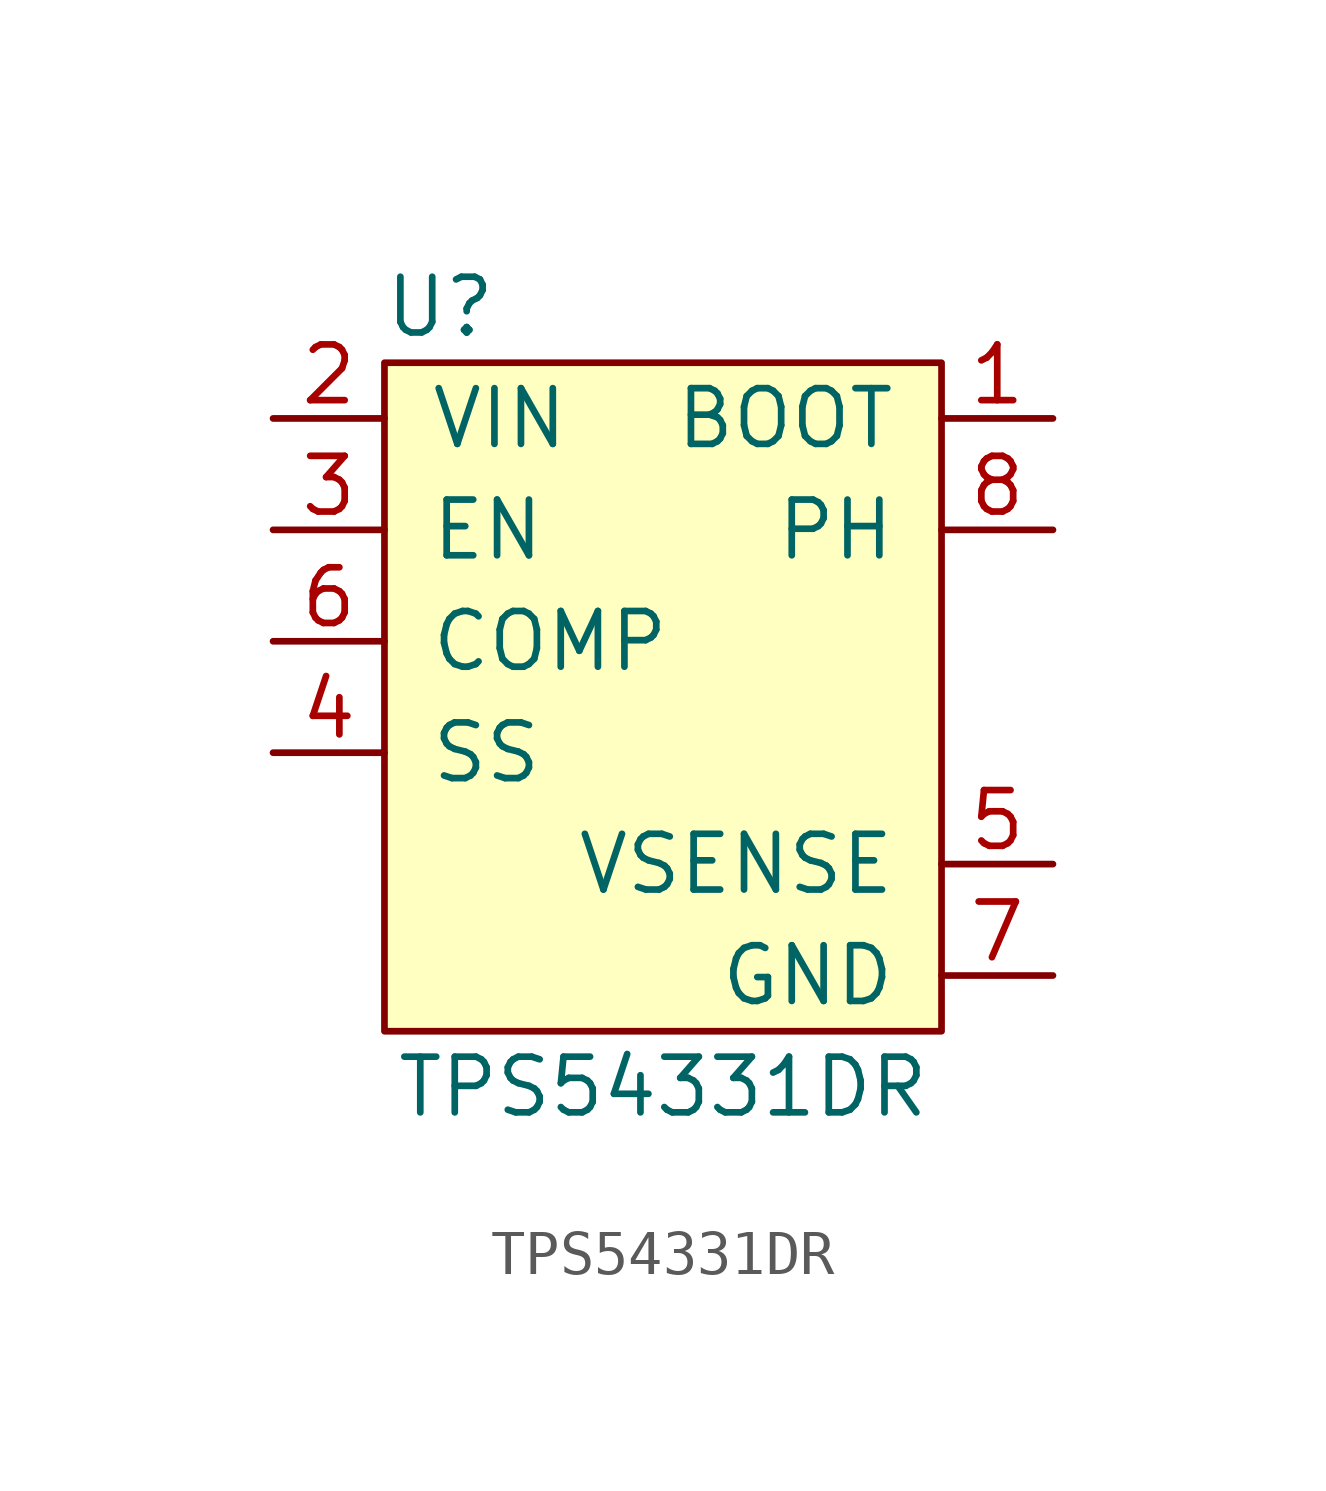
<source format=kicad_sym>
(kicad_symbol_lib
  (version 20211014)
  (generator kicad_symbol_editor)
  (symbol "TPS54331DR"
    (pin_names
      (offset 1.016))
    (property "Reference" "U"
      (at -5.08 7.62 0)
      (effects (font (size 1.27 1.27))))
    (property "Value" "TPS54331DR"
      (at 0 -10.16 0)
      (effects (font (size 1.27 1.27))))
    (symbol "TPS54331DR_0_1"
      (rectangle (start -6.35 6.35) (end 6.35 -8.89) (stroke (width 0) (type default) (color 0 0 0 0)) (fill (type background))))
    (symbol "TPS54331DR_1_1"
      (pin passive line (at 8.89 5.08 180) (length 2.54) (name "BOOT" (effects (font (size 1.27 1.27)))) (number "1" (effects (font (size 1.27 1.27)))))
      (pin passive line (at -8.89 5.08 0) (length 2.54) (name "VIN" (effects (font (size 1.27 1.27)))) (number "2" (effects (font (size 1.27 1.27)))))
      (pin passive line (at -8.89 2.54 0) (length 2.54) (name "EN" (effects (font (size 1.27 1.27)))) (number "3" (effects (font (size 1.27 1.27)))))
      (pin passive line (at -8.89 -2.54 0) (length 2.54) (name "SS" (effects (font (size 1.27 1.27)))) (number "4" (effects (font (size 1.27 1.27)))))
      (pin passive line (at 8.89 -5.08 180) (length 2.54) (name "VSENSE" (effects (font (size 1.27 1.27)))) (number "5" (effects (font (size 1.27 1.27)))))
      (pin passive line (at -8.89 0 0) (length 2.54) (name "COMP" (effects (font (size 1.27 1.27)))) (number "6" (effects (font (size 1.27 1.27)))))
      (pin passive line (at 8.89 -7.62 180) (length 2.54) (name "GND" (effects (font (size 1.27 1.27)))) (number "7" (effects (font (size 1.27 1.27)))))
      (pin passive line (at 8.89 2.54 180) (length 2.54) (name "PH" (effects (font (size 1.27 1.27)))) (number "8" (effects (font (size 1.27 1.27))))))))
</source>
